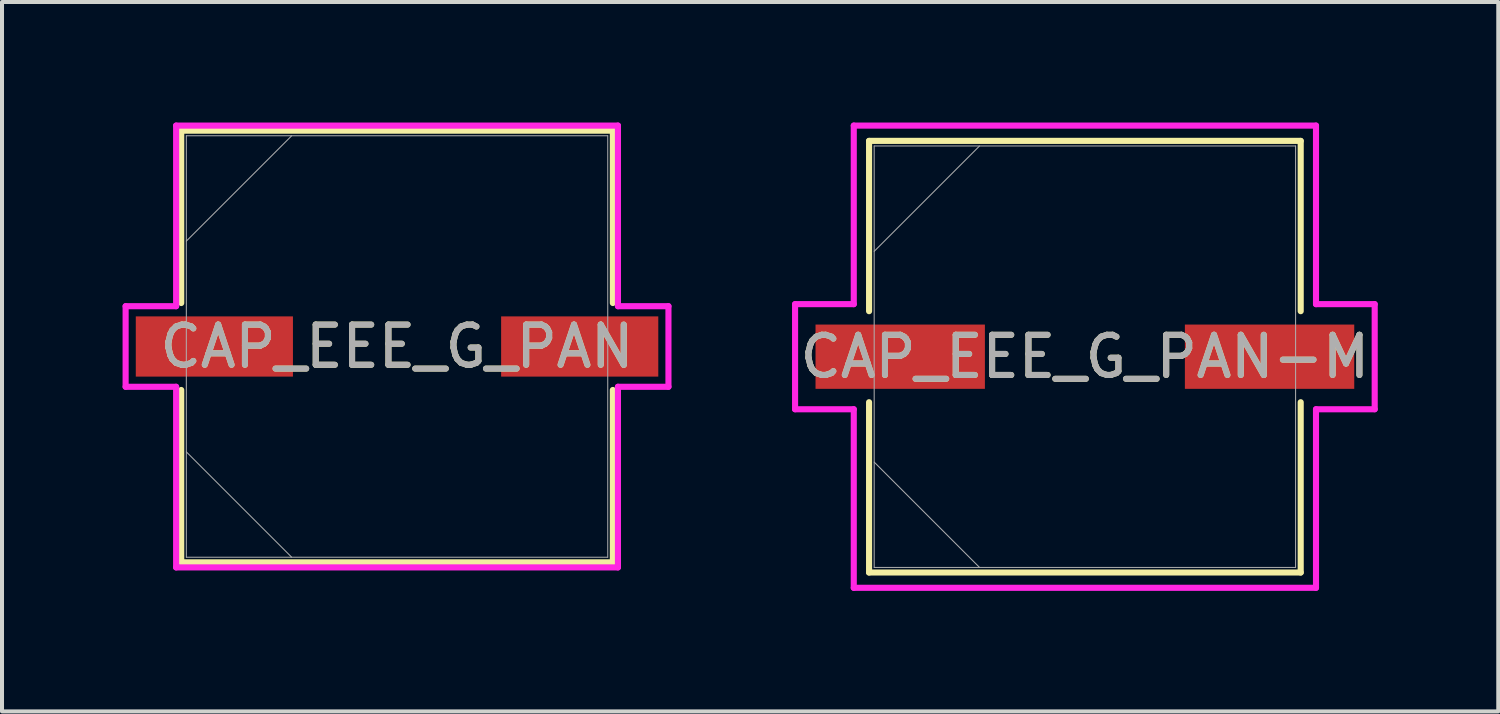
<source format=kicad_pcb>
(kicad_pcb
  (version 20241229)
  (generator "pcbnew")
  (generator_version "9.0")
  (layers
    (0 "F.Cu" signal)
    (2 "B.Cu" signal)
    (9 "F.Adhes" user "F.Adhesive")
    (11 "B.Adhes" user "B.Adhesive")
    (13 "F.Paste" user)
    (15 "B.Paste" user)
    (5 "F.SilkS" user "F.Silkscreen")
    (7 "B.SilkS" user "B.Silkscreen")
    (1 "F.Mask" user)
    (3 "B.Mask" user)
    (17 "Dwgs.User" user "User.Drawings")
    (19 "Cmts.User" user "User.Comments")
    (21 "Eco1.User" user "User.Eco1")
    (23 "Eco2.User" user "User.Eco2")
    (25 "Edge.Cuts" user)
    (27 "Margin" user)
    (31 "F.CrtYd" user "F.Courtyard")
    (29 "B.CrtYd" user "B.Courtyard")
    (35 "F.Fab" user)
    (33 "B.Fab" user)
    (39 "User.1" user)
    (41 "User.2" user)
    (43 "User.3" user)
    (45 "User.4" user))
  (footprint "CAP_EEE_G_PAN"
    (layer "F.Cu")
    (at 6.833 5.575)
    (property "Reference" "CAP_EEE_G_PAN" (at 0 0 0) (unlocked yes) (layer "F.SilkS") (effects (font (size 1 1) (thickness 0.15))))
    (attr smd)
    (fp_line (start -5.372 -5.372) (end -5.372 -1.082) (stroke (width 0.152) (type solid)) (layer "F.SilkS"))
    (fp_line (start -5.372 1.082) (end -5.372 5.372) (stroke (width 0.152) (type solid)) (layer "F.SilkS"))
    (fp_line (start -5.372 5.372) (end 5.372 5.372) (stroke (width 0.152) (type solid)) (layer "F.SilkS"))
    (fp_line (start 5.372 -5.372) (end -5.372 -5.372) (stroke (width 0.152) (type solid)) (layer "F.SilkS"))
    (fp_line (start 5.372 -1.082) (end 5.372 -5.372) (stroke (width 0.152) (type solid)) (layer "F.SilkS"))
    (fp_line (start 5.372 5.372) (end 5.372 1.082) (stroke (width 0.152) (type solid)) (layer "F.SilkS"))
    (fp_line (start -6.756 -1.003) (end -5.499 -1.003) (stroke (width 0.152) (type solid)) (layer "F.CrtYd"))
    (fp_line (start -6.756 1.003) (end -6.756 -1.003) (stroke (width 0.152) (type solid)) (layer "F.CrtYd"))
    (fp_line (start -5.499 -5.499) (end 5.499 -5.499) (stroke (width 0.152) (type solid)) (layer "F.CrtYd"))
    (fp_line (start -5.499 -1.003) (end -5.499 -5.499) (stroke (width 0.152) (type solid)) (layer "F.CrtYd"))
    (fp_line (start -5.499 1.003) (end -6.756 1.003) (stroke (width 0.152) (type solid)) (layer "F.CrtYd"))
    (fp_line (start -5.499 5.499) (end -5.499 1.003) (stroke (width 0.152) (type solid)) (layer "F.CrtYd"))
    (fp_line (start 5.499 -5.499) (end 5.499 -1.003) (stroke (width 0.152) (type solid)) (layer "F.CrtYd"))
    (fp_line (start 5.499 -1.003) (end 6.756 -1.003) (stroke (width 0.152) (type solid)) (layer "F.CrtYd"))
    (fp_line (start 5.499 1.003) (end 5.499 5.499) (stroke (width 0.152) (type solid)) (layer "F.CrtYd"))
    (fp_line (start 5.499 5.499) (end -5.499 5.499) (stroke (width 0.152) (type solid)) (layer "F.CrtYd"))
    (fp_line (start 6.756 -1.003) (end 6.756 1.003) (stroke (width 0.152) (type solid)) (layer "F.CrtYd"))
    (fp_line (start 6.756 1.003) (end 5.499 1.003) (stroke (width 0.152) (type solid)) (layer "F.CrtYd"))
    (fp_line (start -5.245 -5.245) (end -5.245 5.245) (stroke (width 0.025) (type solid)) (layer "F.Fab"))
    (fp_line (start -5.245 -2.623) (end -2.623 -5.245) (stroke (width 0.025) (type solid)) (layer "F.Fab"))
    (fp_line (start -5.245 2.623) (end -2.623 5.245) (stroke (width 0.025) (type solid)) (layer "F.Fab"))
    (fp_line (start -5.245 5.245) (end 5.245 5.245) (stroke (width 0.025) (type solid)) (layer "F.Fab"))
    (fp_line (start 5.245 -5.245) (end -5.245 -5.245) (stroke (width 0.025) (type solid)) (layer "F.Fab"))
    (fp_line (start 5.245 5.245) (end 5.245 -5.245) (stroke (width 0.025) (type solid)) (layer "F.Fab"))
    (fp_text user "${REFERENCE}" (at 0 0 0) (unlocked yes) (layer "F.Fab") (effects (font (size 1 1) (thickness 0.15))))
    (pad "1" smd rect (at -4.547 0) (size 3.912 1.499) (layers "F.Cu" "F.Mask" "F.Paste"))
    (pad "2" smd rect (at 4.547 0) (size 3.912 1.499) (layers "F.Cu" "F.Mask" "F.Paste"))
    (zone (net_name "") (layer "F.Cu") (hatch full 0.508) (connect_pads) (min_thickness 0.254) (filled_areas_thickness no) (keepout (tracks not_allowed) (vias not_allowed) (pads allowed) (copperpour not_allowed) (footprints allowed)) (placement (enabled no)) (fill) (polygon (pts (xy 1.638 0.381) (xy 12.027 0.381) (xy 12.027 4.775) (xy 1.638 4.775))))
    (zone (net_name "") (layer "F.Cu") (hatch full 0.508) (connect_pads) (min_thickness 0.254) (filled_areas_thickness no) (keepout (tracks not_allowed) (vias not_allowed) (pads allowed) (copperpour not_allowed) (footprints allowed)) (placement (enabled no)) (fill) (polygon (pts (xy 1.638 6.375) (xy 12.027 6.375) (xy 12.027 10.77) (xy 1.638 10.77))))
    (zone (net_name "") (layer "F.Cu") (hatch full 0.508) (connect_pads) (min_thickness 0.254) (filled_areas_thickness no) (keepout (tracks not_allowed) (vias not_allowed) (pads allowed) (copperpour not_allowed) (footprints allowed)) (placement (enabled no)) (fill) (polygon (pts (xy 4.293 4.775) (xy 9.373 4.775) (xy 9.373 6.375) (xy 4.293 6.375)))))
  (footprint "CAP_EEE_G_PAN-M"
    (layer "F.Cu")
    (at 23.955 5.829)
    (property "Reference" "CAP_EEE_G_PAN-M" (at 0 0 0) (unlocked yes) (layer "F.SilkS") (effects (font (size 1 1) (thickness 0.15))))
    (attr smd)
    (fp_line (start -5.372 -5.372) (end -5.372 -1.133) (stroke (width 0.152) (type solid)) (layer "F.SilkS"))
    (fp_line (start -5.372 1.133) (end -5.372 5.372) (stroke (width 0.152) (type solid)) (layer "F.SilkS"))
    (fp_line (start -5.372 5.372) (end 5.372 5.372) (stroke (width 0.152) (type solid)) (layer "F.SilkS"))
    (fp_line (start 5.372 -5.372) (end -5.372 -5.372) (stroke (width 0.152) (type solid)) (layer "F.SilkS"))
    (fp_line (start 5.372 -1.133) (end 5.372 -5.372) (stroke (width 0.152) (type solid)) (layer "F.SilkS"))
    (fp_line (start 5.372 5.372) (end 5.372 1.133) (stroke (width 0.152) (type solid)) (layer "F.SilkS"))
    (fp_line (start -7.214 -1.308) (end -5.753 -1.308) (stroke (width 0.152) (type solid)) (layer "F.CrtYd"))
    (fp_line (start -7.214 1.308) (end -7.214 -1.308) (stroke (width 0.152) (type solid)) (layer "F.CrtYd"))
    (fp_line (start -5.753 -5.753) (end 5.753 -5.753) (stroke (width 0.152) (type solid)) (layer "F.CrtYd"))
    (fp_line (start -5.753 -1.308) (end -5.753 -5.753) (stroke (width 0.152) (type solid)) (layer "F.CrtYd"))
    (fp_line (start -5.753 1.308) (end -7.214 1.308) (stroke (width 0.152) (type solid)) (layer "F.CrtYd"))
    (fp_line (start -5.753 5.753) (end -5.753 1.308) (stroke (width 0.152) (type solid)) (layer "F.CrtYd"))
    (fp_line (start 5.753 -5.753) (end 5.753 -1.308) (stroke (width 0.152) (type solid)) (layer "F.CrtYd"))
    (fp_line (start 5.753 -1.308) (end 7.214 -1.308) (stroke (width 0.152) (type solid)) (layer "F.CrtYd"))
    (fp_line (start 5.753 1.308) (end 5.753 5.753) (stroke (width 0.152) (type solid)) (layer "F.CrtYd"))
    (fp_line (start 5.753 5.753) (end -5.753 5.753) (stroke (width 0.152) (type solid)) (layer "F.CrtYd"))
    (fp_line (start 7.214 -1.308) (end 7.214 1.308) (stroke (width 0.152) (type solid)) (layer "F.CrtYd"))
    (fp_line (start 7.214 1.308) (end 5.753 1.308) (stroke (width 0.152) (type solid)) (layer "F.CrtYd"))
    (fp_line (start -5.245 -5.245) (end -5.245 5.245) (stroke (width 0.025) (type solid)) (layer "F.Fab"))
    (fp_line (start -5.245 -2.623) (end -2.623 -5.245) (stroke (width 0.025) (type solid)) (layer "F.Fab"))
    (fp_line (start -5.245 2.623) (end -2.623 5.245) (stroke (width 0.025) (type solid)) (layer "F.Fab"))
    (fp_line (start -5.245 5.245) (end 5.245 5.245) (stroke (width 0.025) (type solid)) (layer "F.Fab"))
    (fp_line (start 5.245 -5.245) (end -5.245 -5.245) (stroke (width 0.025) (type solid)) (layer "F.Fab"))
    (fp_line (start 5.245 5.245) (end 5.245 -5.245) (stroke (width 0.025) (type solid)) (layer "F.Fab"))
    (fp_text user "${REFERENCE}" (at 0 0 0) (unlocked yes) (layer "F.Fab") (effects (font (size 1 1) (thickness 0.15))))
    (pad "1" smd rect (at -4.597 0) (size 4.216 1.6) (layers "F.Cu" "F.Mask" "F.Paste"))
    (pad "2" smd rect (at 4.597 0) (size 4.216 1.6) (layers "F.Cu" "F.Mask" "F.Paste"))
    (zone (net_name "") (layer "F.Cu") (hatch full 0.508) (connect_pads) (min_thickness 0.254) (filled_areas_thickness no) (keepout (tracks not_allowed) (vias not_allowed) (pads allowed) (copperpour not_allowed) (footprints allowed)) (placement (enabled no)) (fill) (polygon (pts (xy 18.761 0.635) (xy 29.149 0.635) (xy 29.149 4.978) (xy 18.761 4.978))))
    (zone (net_name "") (layer "F.Cu") (hatch full 0.508) (connect_pads) (min_thickness 0.254) (filled_areas_thickness no) (keepout (tracks not_allowed) (vias not_allowed) (pads allowed) (copperpour not_allowed) (footprints allowed)) (placement (enabled no)) (fill) (polygon (pts (xy 18.761 6.68) (xy 29.149 6.68) (xy 29.149 11.024) (xy 18.761 11.024))))
    (zone (net_name "") (layer "F.Cu") (hatch full 0.508) (connect_pads) (min_thickness 0.254) (filled_areas_thickness no) (keepout (tracks not_allowed) (vias not_allowed) (pads allowed) (copperpour not_allowed) (footprints allowed)) (placement (enabled no)) (fill) (polygon (pts (xy 21.517 4.978) (xy 26.393 4.978) (xy 26.393 6.68) (xy 21.517 6.68)))))
  (gr_rect
    (start -3 -3)
    (end 34.245 14.659)
    (stroke (width 0.1) (type default))
    (fill no)
    (layer "Edge.Cuts")))
</source>
